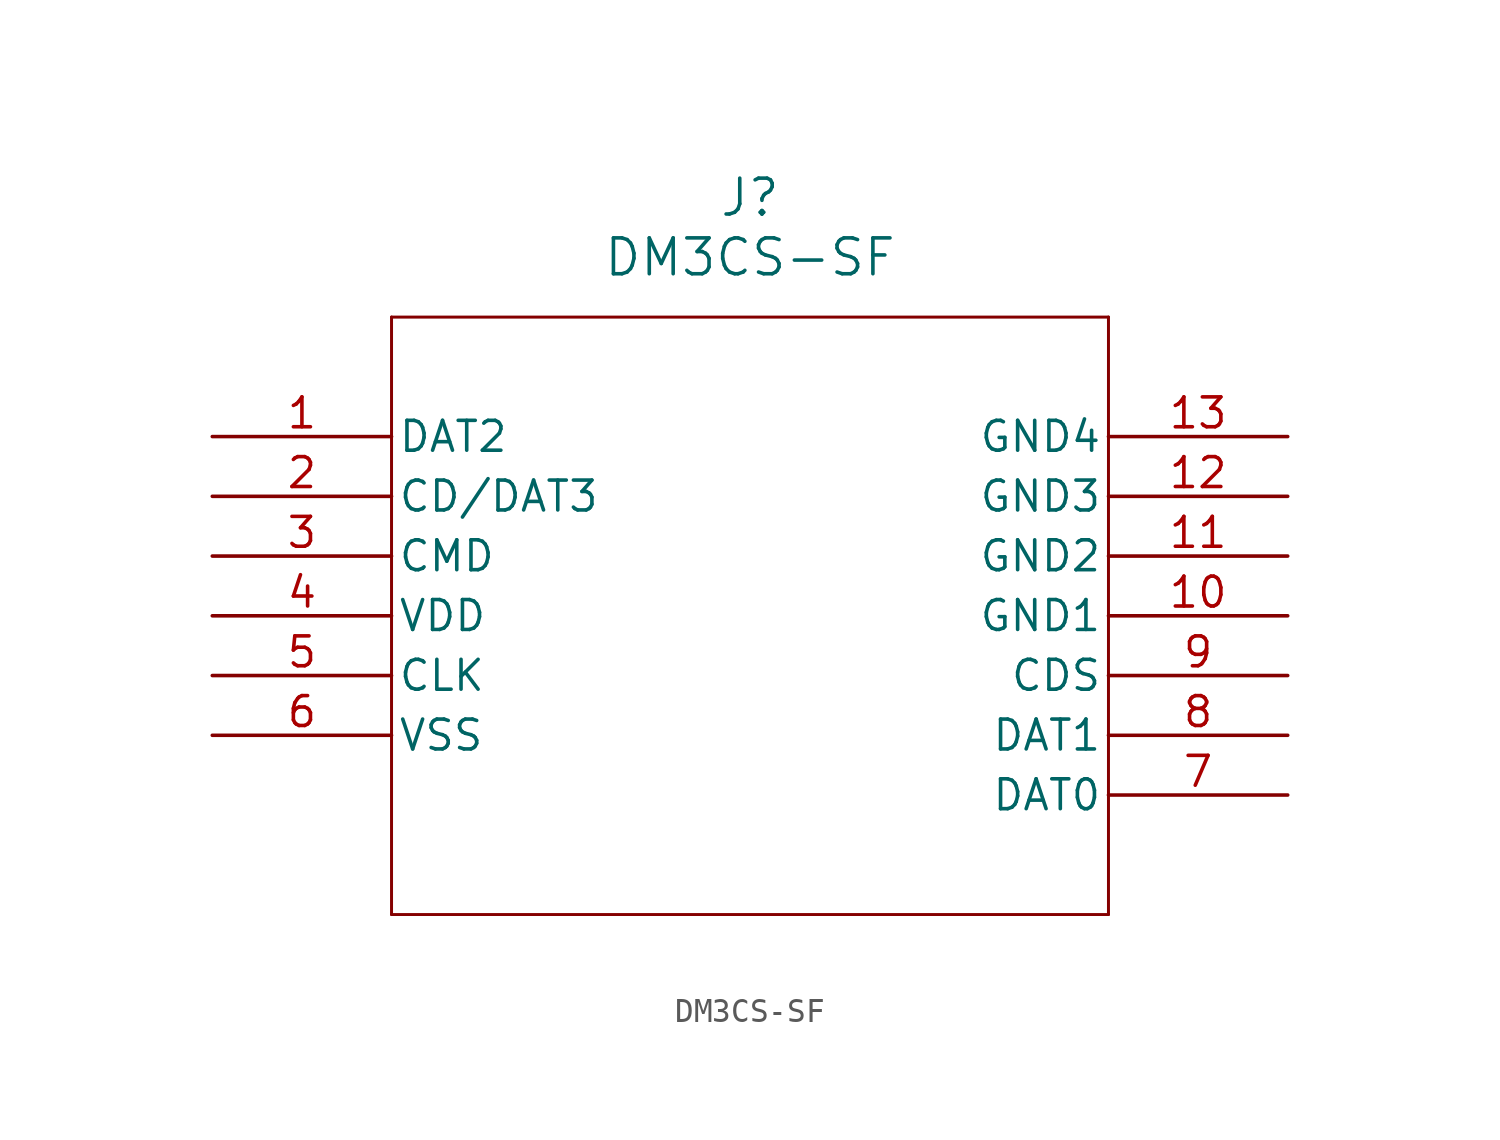
<source format=kicad_sym>
(kicad_symbol_lib
  (version 20211014)
  (generator kicad_symbol_editor)
  (symbol "DM3CS-SF"
    (pin_names
      (offset 0.254))
    (property "Reference" "J"
      (at 22.86 10.16 0)
      (effects (font (size 1.524 1.524))))
    (property "Value" "DM3CS-SF"
      (at 22.86 7.62 0)
      (effects (font (size 1.524 1.524))))
    (symbol "DM3CS-SF_0_1"
      (polyline (pts (xy 7.62 5.08) (xy 7.62 -20.32)) (stroke (width 0.127) (type default) (color 0 0 0 0)) (fill (type none)))
      (polyline (pts (xy 7.62 -20.32) (xy 38.1 -20.32)) (stroke (width 0.127) (type default) (color 0 0 0 0)) (fill (type none)))
      (polyline (pts (xy 38.1 -20.32) (xy 38.1 5.08)) (stroke (width 0.127) (type default) (color 0 0 0 0)) (fill (type none)))
      (polyline (pts (xy 38.1 5.08) (xy 7.62 5.08)) (stroke (width 0.127) (type default) (color 0 0 0 0)) (fill (type none)))
      (pin bidirectional line (at 0 0 0) (length 7.62) (name "DAT2" (effects (font (size 1.27 1.27)))) (number "1" (effects (font (size 1.27 1.27)))))
      (pin unspecified line (at 0 -2.54 0) (length 7.62) (name "CD/DAT3" (effects (font (size 1.27 1.27)))) (number "2" (effects (font (size 1.27 1.27)))))
      (pin unspecified line (at 0 -5.08 0) (length 7.62) (name "CMD" (effects (font (size 1.27 1.27)))) (number "3" (effects (font (size 1.27 1.27)))))
      (pin power_in line (at 0 -7.62 0) (length 7.62) (name "VDD" (effects (font (size 1.27 1.27)))) (number "4" (effects (font (size 1.27 1.27)))))
      (pin unspecified line (at 0 -10.16 0) (length 7.62) (name "CLK" (effects (font (size 1.27 1.27)))) (number "5" (effects (font (size 1.27 1.27)))))
      (pin power_out line (at 0 -12.7 0) (length 7.62) (name "VSS" (effects (font (size 1.27 1.27)))) (number "6" (effects (font (size 1.27 1.27)))))
      (pin bidirectional line (at 45.72 -15.24 180) (length 7.62) (name "DAT0" (effects (font (size 1.27 1.27)))) (number "7" (effects (font (size 1.27 1.27)))))
      (pin bidirectional line (at 45.72 -12.7 180) (length 7.62) (name "DAT1" (effects (font (size 1.27 1.27)))) (number "8" (effects (font (size 1.27 1.27)))))
      (pin unspecified line (at 45.72 -10.16 180) (length 7.62) (name "CDS" (effects (font (size 1.27 1.27)))) (number "9" (effects (font (size 1.27 1.27)))))
      (pin power_out line (at 45.72 -7.62 180) (length 7.62) (name "GND1" (effects (font (size 1.27 1.27)))) (number "10" (effects (font (size 1.27 1.27)))))
      (pin power_out line (at 45.72 -5.08 180) (length 7.62) (name "GND2" (effects (font (size 1.27 1.27)))) (number "11" (effects (font (size 1.27 1.27)))))
      (pin power_out line (at 45.72 -2.54 180) (length 7.62) (name "GND3" (effects (font (size 1.27 1.27)))) (number "12" (effects (font (size 1.27 1.27)))))
      (pin power_out line (at 45.72 0 180) (length 7.62) (name "GND4" (effects (font (size 1.27 1.27)))) (number "13" (effects (font (size 1.27 1.27))))))))
</source>
